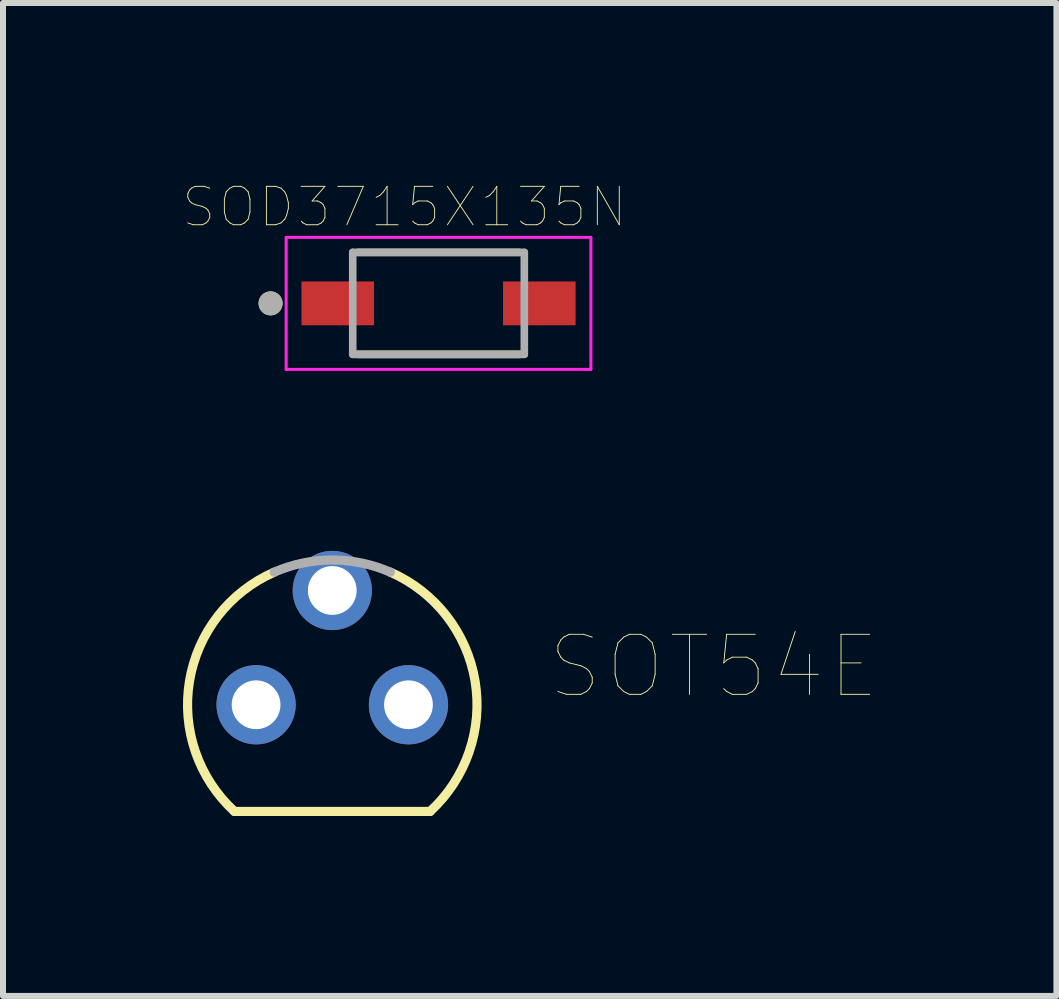
<source format=kicad_pcb>
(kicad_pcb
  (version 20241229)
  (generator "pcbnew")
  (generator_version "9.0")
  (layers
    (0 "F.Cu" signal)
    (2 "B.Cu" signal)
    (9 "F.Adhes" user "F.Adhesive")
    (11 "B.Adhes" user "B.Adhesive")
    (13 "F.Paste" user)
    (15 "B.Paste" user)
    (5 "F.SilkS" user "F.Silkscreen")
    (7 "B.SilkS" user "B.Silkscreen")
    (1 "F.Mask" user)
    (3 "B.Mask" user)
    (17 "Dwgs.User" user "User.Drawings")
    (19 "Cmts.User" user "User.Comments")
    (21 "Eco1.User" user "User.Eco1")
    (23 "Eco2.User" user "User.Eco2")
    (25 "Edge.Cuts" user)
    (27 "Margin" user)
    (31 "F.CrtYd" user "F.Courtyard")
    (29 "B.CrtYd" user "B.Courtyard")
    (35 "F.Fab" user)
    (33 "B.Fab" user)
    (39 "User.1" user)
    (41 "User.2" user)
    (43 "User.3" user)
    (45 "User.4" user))
  (footprint "SOD3715X135N"
    (layer "F.Cu")
    (at 4.26 2.007)
    (property "Reference" "SOD3715X135N" (at -0.568 -1.606 0) (layer "F.SilkS") (effects (font (size 0.64 0.64) (thickness 0.015))))
    (attr through_hole)
    (fp_line (start -1.35 -0.85) (end 1.35 -0.85) (stroke (width 0.127) (type solid)) (layer "F.SilkS"))
    (fp_line (start -1.35 0.85) (end 1.35 0.85) (stroke (width 0.127) (type solid)) (layer "F.SilkS"))
    (fp_circle (center -2.8 0) (end -2.7 0) (stroke (width 0.2) (type solid)) (fill no) (layer "F.SilkS"))
    (fp_line (start -2.54 -1.1) (end 2.54 -1.1) (stroke (width 0.05) (type solid)) (layer "F.CrtYd"))
    (fp_line (start -2.54 1.1) (end -2.54 -1.1) (stroke (width 0.05) (type solid)) (layer "F.CrtYd"))
    (fp_line (start 2.54 -1.1) (end 2.54 1.1) (stroke (width 0.05) (type solid)) (layer "F.CrtYd"))
    (fp_line (start 2.54 1.1) (end -2.54 1.1) (stroke (width 0.05) (type solid)) (layer "F.CrtYd"))
    (fp_line (start -1.43 -0.85) (end 1.43 -0.85) (stroke (width 0.127) (type solid)) (layer "F.Fab"))
    (fp_line (start -1.43 0.85) (end -1.43 -0.85) (stroke (width 0.127) (type solid)) (layer "F.Fab"))
    (fp_line (start 1.43 -0.85) (end 1.43 0.85) (stroke (width 0.127) (type solid)) (layer "F.Fab"))
    (fp_line (start 1.43 0.85) (end -1.43 0.85) (stroke (width 0.127) (type solid)) (layer "F.Fab"))
    (fp_circle (center -2.8 0) (end -2.7 0) (stroke (width 0.2) (type solid)) (fill no) (layer "F.Fab"))
    (pad "1" smd rect (at -1.68 0) (size 1.21 0.73) (layers "F.Cu" "F.Mask" "F.Paste"))
    (pad "2" smd rect (at 1.68 0) (size 1.21 0.73) (layers "F.Cu" "F.Mask" "F.Paste")))
  (footprint "SOT54E"
    (layer "F.Cu")
    (at 2.489 8.698)
    (property "Reference" "SOT54E" (at 6.359 -0.636 0) (layer "F.SilkS") (effects (font (size 1.001 1.001) (thickness 0.015))))
    (attr through_hole)
    (fp_line (start -1.631 1.778) (end 1.631 1.778) (stroke (width 0.152) (type solid)) (layer "F.SilkS"))
    (fp_arc (start -1.631001 1.778) (mid -2.380096 -0.395238) (end -0.9689 -2.2098) (stroke (width 0.1524) (type solid)) (layer "F.SilkS"))
    (fp_arc (start 0.9689 -2.209799) (mid 2.380094 -0.395238) (end 1.631 1.778) (stroke (width 0.1524) (type solid)) (layer "F.SilkS"))
    (fp_arc (start -0.9692 -2.2098) (mid 0 -2.412999) (end 0.9692 -2.2098) (stroke (width 0.1524) (type solid)) (layer "F.Fab"))
    (pad "D" thru_hole circle (at -1.27 0) (size 1.321 1.321) (drill 0.813) (layers "*.Cu" "*.Mask"))
    (pad "G" thru_hole circle (at 0 -1.905) (size 1.321 1.321) (drill 0.813) (layers "*.Cu" "*.Mask"))
    (pad "S" thru_hole circle (at 1.27 0) (size 1.321 1.321) (drill 0.813) (layers "*.Cu" "*.Mask")))
  (gr_rect
    (start -3 -3)
    (end 14.56 13.552)
    (stroke (width 0.1) (type default))
    (fill no)
    (layer "Edge.Cuts")))
</source>
